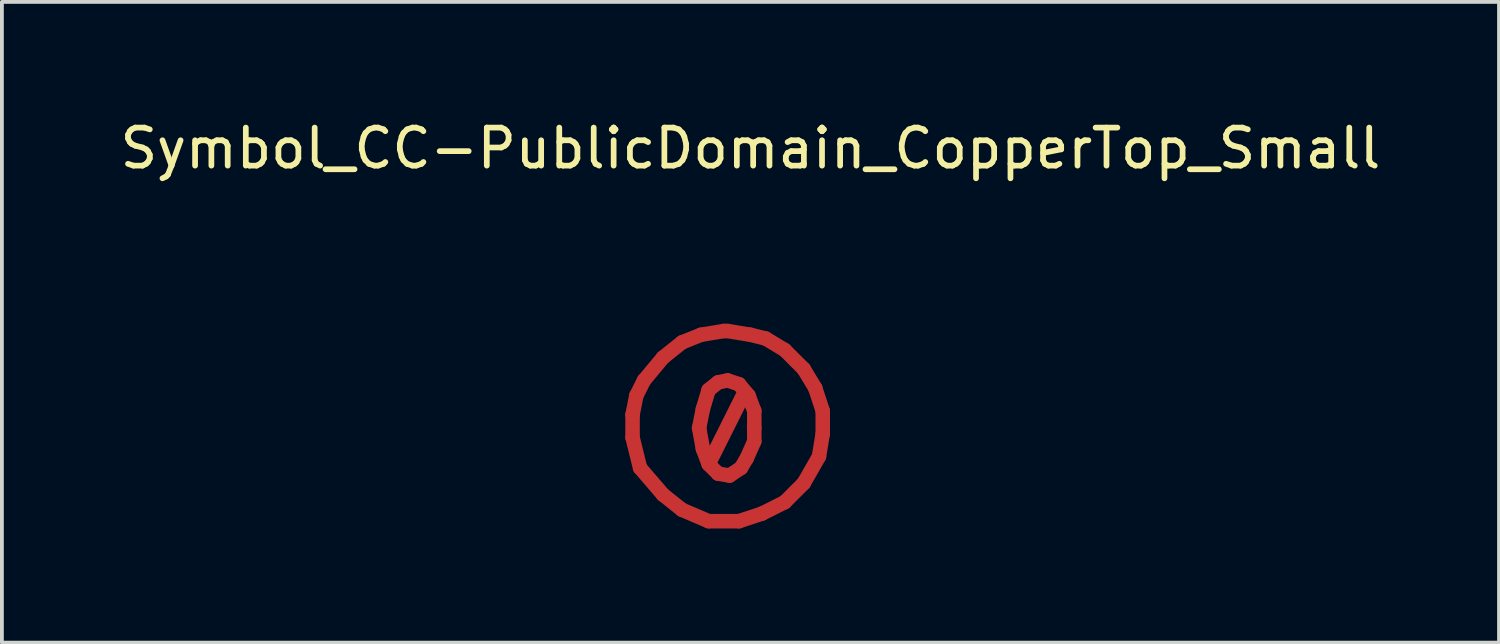
<source format=kicad_pcb>
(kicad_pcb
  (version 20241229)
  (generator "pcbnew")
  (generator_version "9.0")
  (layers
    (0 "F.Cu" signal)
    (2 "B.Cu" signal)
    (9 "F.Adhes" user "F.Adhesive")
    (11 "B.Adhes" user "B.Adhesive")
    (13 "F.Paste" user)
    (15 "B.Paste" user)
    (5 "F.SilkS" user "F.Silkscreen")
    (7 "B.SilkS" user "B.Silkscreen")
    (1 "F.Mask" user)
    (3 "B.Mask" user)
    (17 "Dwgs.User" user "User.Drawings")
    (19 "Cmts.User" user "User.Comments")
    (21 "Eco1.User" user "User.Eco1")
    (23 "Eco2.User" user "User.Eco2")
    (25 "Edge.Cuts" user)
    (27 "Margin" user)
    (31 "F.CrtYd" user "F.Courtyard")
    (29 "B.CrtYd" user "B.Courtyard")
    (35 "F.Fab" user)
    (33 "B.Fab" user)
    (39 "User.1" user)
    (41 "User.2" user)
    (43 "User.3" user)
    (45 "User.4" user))
  (footprint "Symbol_CC-PublicDomain_CopperTop_Small"
    (layer "F.Cu")
    (at 16.073 8.148)
    (property "Reference" "Symbol_CC-PublicDomain_CopperTop_Small" (at 0.599 -7.3 0) (layer "F.SilkS") (effects (font (size 1 1) (thickness 0.15))))
    (attr through_hole)
    (fp_line (start -2.499 -0.3) (end -2.499 0.3) (stroke (width 0.381) (type solid)) (layer "F.Cu"))
    (fp_line (start -2.499 0.3) (end -2.301 1.1) (stroke (width 0.381) (type solid)) (layer "F.Cu"))
    (fp_line (start -2.4 -0.8) (end -2.499 -0.3) (stroke (width 0.381) (type solid)) (layer "F.Cu"))
    (fp_line (start -2.301 1.1) (end -1.699 1.801) (stroke (width 0.381) (type solid)) (layer "F.Cu"))
    (fp_line (start -2.2 -1.199) (end -2.4 -0.8) (stroke (width 0.381) (type solid)) (layer "F.Cu"))
    (fp_line (start -1.699 -1.801) (end -2.2 -1.199) (stroke (width 0.381) (type solid)) (layer "F.Cu"))
    (fp_line (start -1.699 1.801) (end -1.199 2.2) (stroke (width 0.381) (type solid)) (layer "F.Cu"))
    (fp_line (start -1.199 -2.2) (end -1.699 -1.801) (stroke (width 0.381) (type solid)) (layer "F.Cu"))
    (fp_line (start -1.199 2.2) (end -0.5 2.499) (stroke (width 0.381) (type solid)) (layer "F.Cu"))
    (fp_line (start -0.75 0.05) (end -0.65 -0.45) (stroke (width 0.381) (type solid)) (layer "F.Cu"))
    (fp_line (start -0.701 -2.4) (end -1.199 -2.2) (stroke (width 0.381) (type solid)) (layer "F.Cu"))
    (fp_line (start -0.65 -0.45) (end -0.5 -0.95) (stroke (width 0.381) (type solid)) (layer "F.Cu"))
    (fp_line (start -0.65 0.6) (end -0.75 0.05) (stroke (width 0.381) (type solid)) (layer "F.Cu"))
    (fp_line (start -0.5 2.499) (end 0.3 2.499) (stroke (width 0.381) (type solid)) (layer "F.Cu"))
    (fp_line (start -0.5 -0.95) (end -0.25 -1.15) (stroke (width 0.381) (type solid)) (layer "F.Cu"))
    (fp_line (start -0.5 1) (end -0.65 0.6) (stroke (width 0.381) (type solid)) (layer "F.Cu"))
    (fp_line (start -0.25 -1.15) (end 0 -1.2) (stroke (width 0.381) (type solid)) (layer "F.Cu"))
    (fp_line (start -0.25 1.25) (end -0.5 1) (stroke (width 0.381) (type solid)) (layer "F.Cu"))
    (fp_line (start -0.099 -2.499) (end -0.701 -2.4) (stroke (width 0.381) (type solid)) (layer "F.Cu"))
    (fp_line (start 0 -2.499) (end -0.099 -2.499) (stroke (width 0.381) (type solid)) (layer "F.Cu"))
    (fp_line (start 0 -1.2) (end 0.3 -1.1) (stroke (width 0.381) (type solid)) (layer "F.Cu"))
    (fp_line (start 0.05 1.3) (end -0.25 1.25) (stroke (width 0.381) (type solid)) (layer "F.Cu"))
    (fp_line (start 0.3 2.499) (end 0.899 2.301) (stroke (width 0.381) (type solid)) (layer "F.Cu"))
    (fp_line (start 0.3 -1.1) (end 0.55 -0.8) (stroke (width 0.381) (type solid)) (layer "F.Cu"))
    (fp_line (start 0.35 1.1) (end 0.05 1.3) (stroke (width 0.381) (type solid)) (layer "F.Cu"))
    (fp_line (start 0.45 -0.9) (end -0.45 0.9) (stroke (width 0.381) (type solid)) (layer "F.Cu"))
    (fp_line (start 0.5 0.85) (end 0.35 1.1) (stroke (width 0.381) (type solid)) (layer "F.Cu"))
    (fp_line (start 0.55 -0.8) (end 0.7 -0.4) (stroke (width 0.381) (type solid)) (layer "F.Cu"))
    (fp_line (start 0.599 -2.4) (end 0 -2.499) (stroke (width 0.381) (type solid)) (layer "F.Cu"))
    (fp_line (start 0.7 -0.4) (end 0.7 0.05) (stroke (width 0.381) (type solid)) (layer "F.Cu"))
    (fp_line (start 0.7 0.05) (end 0.7 0.4) (stroke (width 0.381) (type solid)) (layer "F.Cu"))
    (fp_line (start 0.7 0.4) (end 0.5 0.85) (stroke (width 0.381) (type solid)) (layer "F.Cu"))
    (fp_line (start 0.899 2.301) (end 1.501 1.999) (stroke (width 0.381) (type solid)) (layer "F.Cu"))
    (fp_line (start 1.001 -2.301) (end 0.599 -2.4) (stroke (width 0.381) (type solid)) (layer "F.Cu"))
    (fp_line (start 1.501 -1.999) (end 1.001 -2.301) (stroke (width 0.381) (type solid)) (layer "F.Cu"))
    (fp_line (start 1.501 1.999) (end 1.999 1.501) (stroke (width 0.381) (type solid)) (layer "F.Cu"))
    (fp_line (start 1.999 -1.501) (end 1.501 -1.999) (stroke (width 0.381) (type solid)) (layer "F.Cu"))
    (fp_line (start 1.999 1.501) (end 2.4 0.8) (stroke (width 0.381) (type solid)) (layer "F.Cu"))
    (fp_line (start 2.301 -1.001) (end 1.999 -1.501) (stroke (width 0.381) (type solid)) (layer "F.Cu"))
    (fp_line (start 2.4 0.8) (end 2.499 0.201) (stroke (width 0.381) (type solid)) (layer "F.Cu"))
    (fp_line (start 2.499 -0.399) (end 2.301 -1.001) (stroke (width 0.381) (type solid)) (layer "F.Cu"))
    (fp_line (start 2.499 0.201) (end 2.499 -0.399) (stroke (width 0.381) (type solid)) (layer "F.Cu")))
  (gr_rect
    (start -3 -3)
    (end 36.345 13.838)
    (stroke (width 0.1) (type default))
    (fill no)
    (layer "Edge.Cuts")))
</source>
